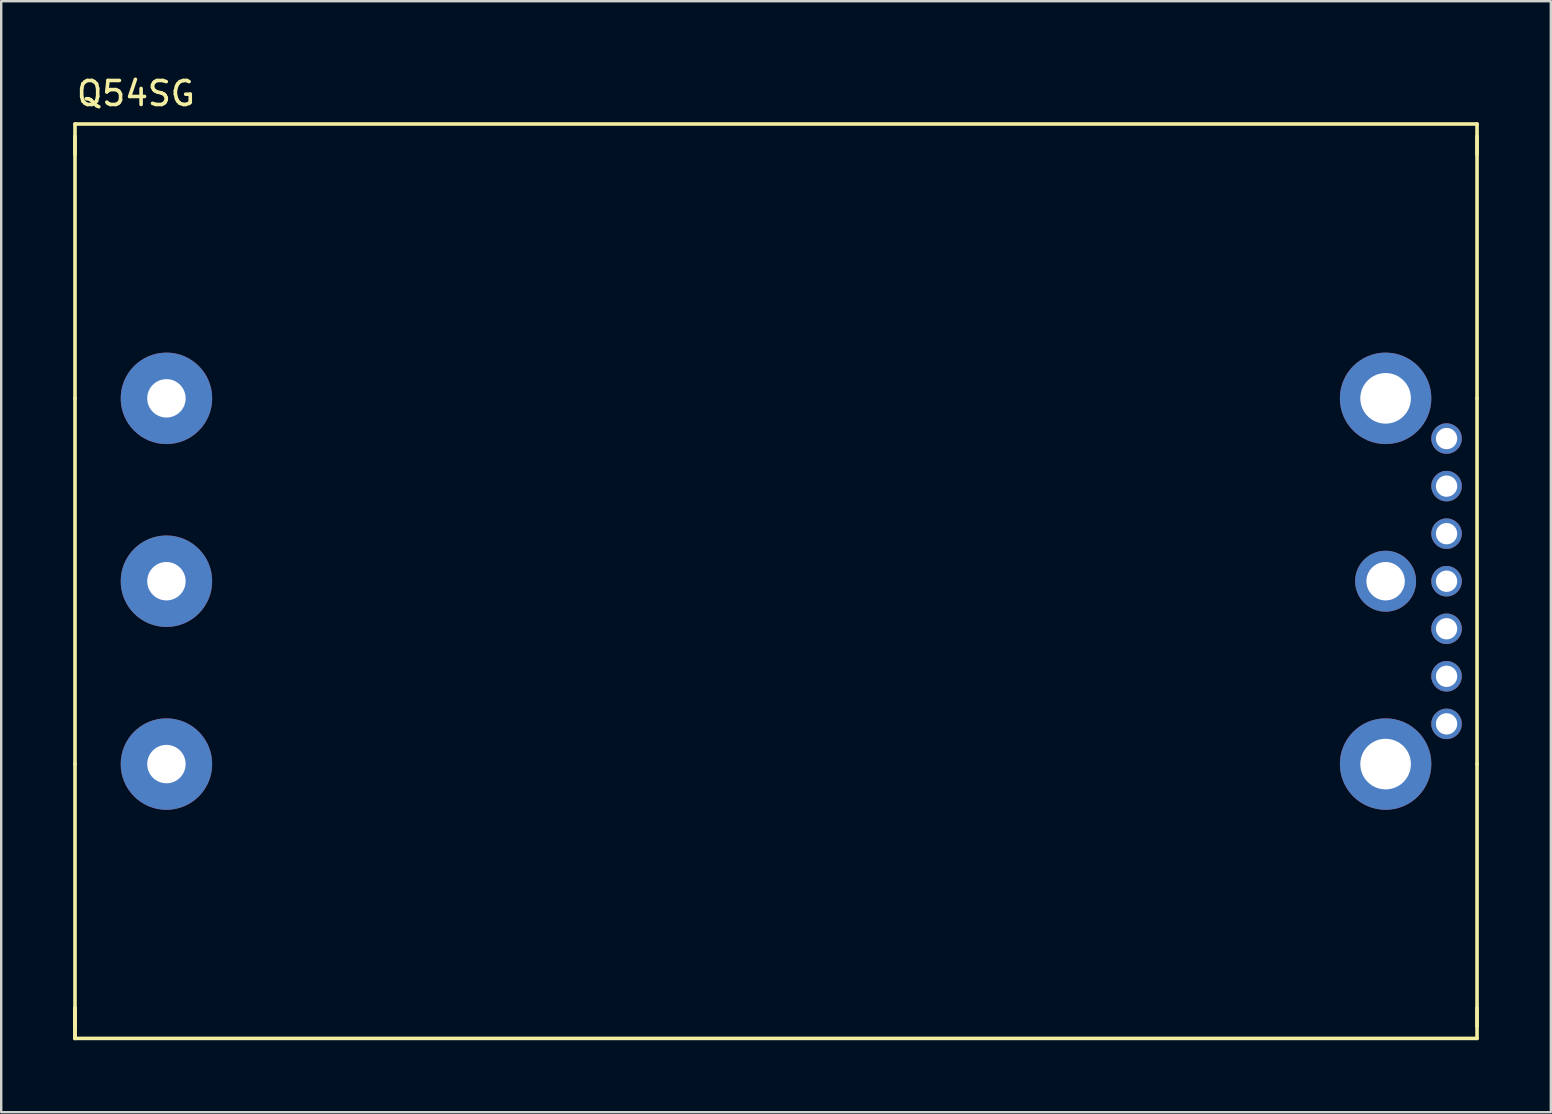
<source format=kicad_pcb>
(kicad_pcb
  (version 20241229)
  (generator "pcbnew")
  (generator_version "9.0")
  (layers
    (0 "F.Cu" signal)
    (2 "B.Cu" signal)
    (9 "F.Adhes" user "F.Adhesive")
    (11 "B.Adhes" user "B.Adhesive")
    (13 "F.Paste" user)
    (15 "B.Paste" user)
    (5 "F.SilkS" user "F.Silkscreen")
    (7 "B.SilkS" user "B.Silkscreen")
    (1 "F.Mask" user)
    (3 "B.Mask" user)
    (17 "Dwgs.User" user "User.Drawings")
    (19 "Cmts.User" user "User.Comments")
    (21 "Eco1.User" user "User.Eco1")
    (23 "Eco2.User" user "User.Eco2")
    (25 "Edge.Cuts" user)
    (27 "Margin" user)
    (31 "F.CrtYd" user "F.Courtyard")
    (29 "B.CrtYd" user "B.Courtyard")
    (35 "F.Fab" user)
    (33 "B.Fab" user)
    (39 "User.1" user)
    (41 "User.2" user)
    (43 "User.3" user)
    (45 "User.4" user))
  (footprint "Q54SG"
    (layer "F.Cu")
    (at 3.885 28.788)
    (property "Reference" "Q54SG" (at -1.27 -27.94 0) (layer "F.SilkS") (effects (font (size 1 1) (thickness 0.15))))
    (attr through_hole)
    (fp_line (start -3.81 -26.67) (end -3.81 -25.4) (stroke (width 0.15) (type solid)) (layer "F.SilkS"))
    (fp_line (start -3.81 -26.67) (end 54.61 -26.67) (stroke (width 0.15) (type solid)) (layer "F.SilkS"))
    (fp_line (start -3.81 -26.162) (end -3.81 -15.24) (stroke (width 0.15) (type solid)) (layer "F.SilkS"))
    (fp_line (start -3.81 0) (end -3.81 -15.24) (stroke (width 0.15) (type solid)) (layer "F.SilkS"))
    (fp_line (start -3.81 0) (end -3.81 10.922) (stroke (width 0.15) (type solid)) (layer "F.SilkS"))
    (fp_line (start -3.81 10.16) (end -3.81 11.43) (stroke (width 0.15) (type solid)) (layer "F.SilkS"))
    (fp_line (start -3.81 11.43) (end -3.81 10.16) (stroke (width 0.15) (type solid)) (layer "F.SilkS"))
    (fp_line (start -3.81 11.43) (end 54.61 11.43) (stroke (width 0.15) (type solid)) (layer "F.SilkS"))
    (fp_line (start 54.61 -26.67) (end 54.61 -25.4) (stroke (width 0.15) (type solid)) (layer "F.SilkS"))
    (fp_line (start 54.61 -26.162) (end 54.61 -15.24) (stroke (width 0.15) (type solid)) (layer "F.SilkS"))
    (fp_line (start 54.61 0) (end 54.61 -15.24) (stroke (width 0.15) (type solid)) (layer "F.SilkS"))
    (fp_line (start 54.61 0) (end 54.61 10.922) (stroke (width 0.15) (type solid)) (layer "F.SilkS"))
    (fp_line (start 54.61 11.43) (end 54.61 10.16) (stroke (width 0.15) (type solid)) (layer "F.SilkS"))
    (pad "1" thru_hole circle (at 0 -15.24) (size 3.81 3.81) (drill 1.6) (layers "*.Cu" "*.Mask"))
    (pad "2" thru_hole circle (at 0 -7.62) (size 3.81 3.81) (drill 1.6) (layers "*.Cu" "*.Mask"))
    (pad "3" thru_hole circle (at 0 0) (size 3.81 3.81) (drill 1.6) (layers "*.Cu" "*.Mask"))
    (pad "4" thru_hole circle (at 50.8 0) (size 3.81 3.81) (drill 2.108) (layers "*.Cu" "*.Mask"))
    (pad "5" thru_hole circle (at 50.8 -7.62) (size 2.54 2.54) (drill 1.6) (layers "*.Cu" "*.Mask"))
    (pad "6" thru_hole circle (at 50.8 -15.24) (size 3.81 3.81) (drill 2.108) (layers "*.Cu" "*.Mask"))
    (pad "7" thru_hole circle (at 53.34 -1.676) (size 1.27 1.27) (drill 0.889) (layers "*.Cu" "*.Mask"))
    (pad "8" thru_hole circle (at 53.34 -3.658) (size 1.27 1.27) (drill 0.889) (layers "*.Cu" "*.Mask"))
    (pad "9" thru_hole circle (at 53.34 -5.639) (size 1.27 1.27) (drill 0.889) (layers "*.Cu" "*.Mask"))
    (pad "10" thru_hole circle (at 53.34 -7.62) (size 1.27 1.27) (drill 0.889) (layers "*.Cu" "*.Mask"))
    (pad "11" thru_hole circle (at 53.34 -9.601) (size 1.27 1.27) (drill 0.889) (layers "*.Cu" "*.Mask"))
    (pad "12" thru_hole circle (at 53.34 -11.582) (size 1.27 1.27) (drill 0.889) (layers "*.Cu" "*.Mask"))
    (pad "13" thru_hole circle (at 53.34 -13.564) (size 1.27 1.27) (drill 0.889) (layers "*.Cu" "*.Mask")))
  (gr_rect
    (start -3 -3)
    (end 61.57 43.293)
    (stroke (width 0.1) (type default))
    (fill no)
    (layer "Edge.Cuts")))
</source>
